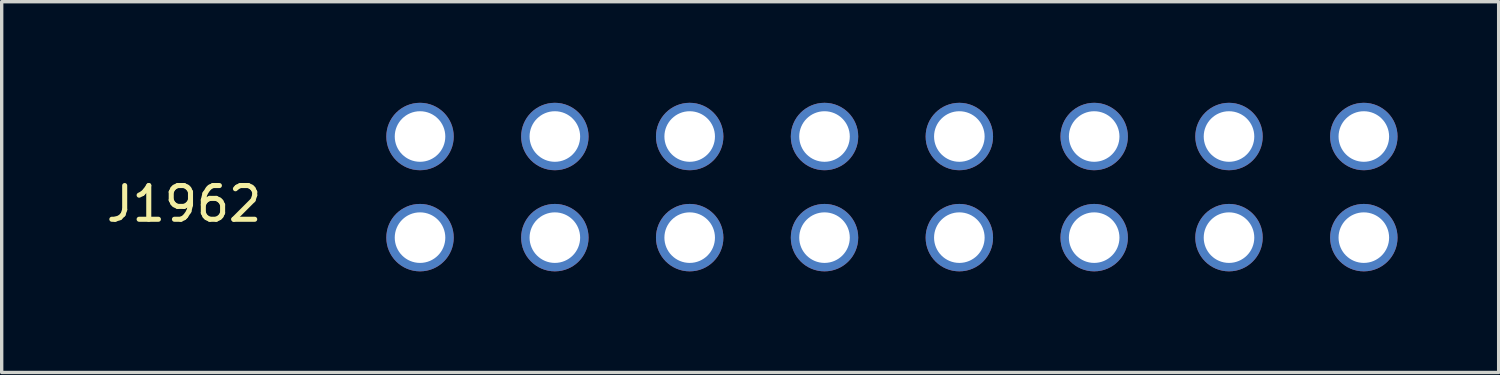
<source format=kicad_pcb>
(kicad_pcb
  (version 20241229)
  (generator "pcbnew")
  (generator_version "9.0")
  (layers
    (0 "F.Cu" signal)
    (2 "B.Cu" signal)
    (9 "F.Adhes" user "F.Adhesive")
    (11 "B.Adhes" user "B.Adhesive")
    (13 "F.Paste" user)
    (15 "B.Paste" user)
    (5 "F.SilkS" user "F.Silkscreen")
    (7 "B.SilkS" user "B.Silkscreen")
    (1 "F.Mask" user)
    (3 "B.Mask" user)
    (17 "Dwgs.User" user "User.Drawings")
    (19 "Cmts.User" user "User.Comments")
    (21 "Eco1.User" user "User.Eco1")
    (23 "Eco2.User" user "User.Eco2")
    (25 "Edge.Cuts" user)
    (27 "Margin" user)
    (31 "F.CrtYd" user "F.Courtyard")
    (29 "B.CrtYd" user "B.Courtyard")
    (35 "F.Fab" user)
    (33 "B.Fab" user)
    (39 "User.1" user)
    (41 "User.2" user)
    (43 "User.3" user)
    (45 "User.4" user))
  (footprint "J1962"
    (layer "F.Cu")
    (at 9.411 1)
    (property "Reference" "J1962" (at -7 2 0) (layer "F.SilkS") (effects (font (size 1 1) (thickness 0.15))))
    (attr through_hole)
    (pad "1" thru_hole circle (at 0 0) (size 2 2) (drill 1.5) (layers "*.Cu" "*.Mask"))
    (pad "2" thru_hole circle (at 4 0) (size 2 2) (drill 1.5) (layers "*.Cu" "*.Mask"))
    (pad "3" thru_hole circle (at 8 0) (size 2 2) (drill 1.5) (layers "*.Cu" "*.Mask"))
    (pad "4" thru_hole circle (at 12 0) (size 2 2) (drill 1.5) (layers "*.Cu" "*.Mask"))
    (pad "5" thru_hole circle (at 16 0) (size 2 2) (drill 1.5) (layers "*.Cu" "*.Mask"))
    (pad "6" thru_hole circle (at 20 0) (size 2 2) (drill 1.5) (layers "*.Cu" "*.Mask"))
    (pad "7" thru_hole circle (at 24 0) (size 2 2) (drill 1.5) (layers "*.Cu" "*.Mask"))
    (pad "8" thru_hole circle (at 28 0) (size 2 2) (drill 1.5) (layers "*.Cu" "*.Mask"))
    (pad "9" thru_hole circle (at 0 3) (size 2 2) (drill 1.5) (layers "*.Cu" "*.Mask"))
    (pad "10" thru_hole circle (at 4 3) (size 2 2) (drill 1.5) (layers "*.Cu" "*.Mask"))
    (pad "11" thru_hole circle (at 8 3) (size 2 2) (drill 1.5) (layers "*.Cu" "*.Mask"))
    (pad "12" thru_hole circle (at 12 3) (size 2 2) (drill 1.5) (layers "*.Cu" "*.Mask"))
    (pad "13" thru_hole circle (at 16 3) (size 2 2) (drill 1.5) (layers "*.Cu" "*.Mask"))
    (pad "14" thru_hole circle (at 20 3) (size 2 2) (drill 1.5) (layers "*.Cu" "*.Mask"))
    (pad "15" thru_hole circle (at 24 3) (size 2 2) (drill 1.5) (layers "*.Cu" "*.Mask"))
    (pad "16" thru_hole circle (at 28 3) (size 2 2) (drill 1.5) (layers "*.Cu" "*.Mask")))
  (gr_rect
    (start -3 -3)
    (end 41.411 8)
    (stroke (width 0.1) (type default))
    (fill no)
    (layer "Edge.Cuts")))
</source>
